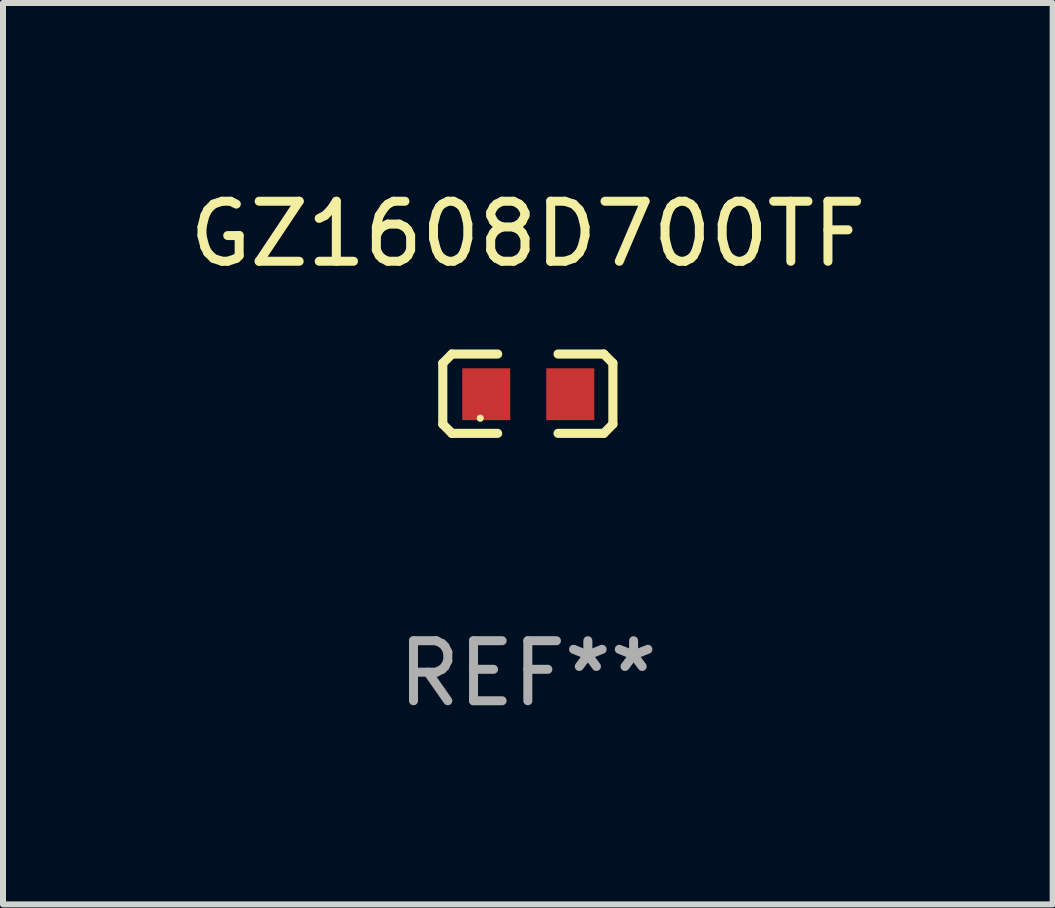
<source format=kicad_pcb>
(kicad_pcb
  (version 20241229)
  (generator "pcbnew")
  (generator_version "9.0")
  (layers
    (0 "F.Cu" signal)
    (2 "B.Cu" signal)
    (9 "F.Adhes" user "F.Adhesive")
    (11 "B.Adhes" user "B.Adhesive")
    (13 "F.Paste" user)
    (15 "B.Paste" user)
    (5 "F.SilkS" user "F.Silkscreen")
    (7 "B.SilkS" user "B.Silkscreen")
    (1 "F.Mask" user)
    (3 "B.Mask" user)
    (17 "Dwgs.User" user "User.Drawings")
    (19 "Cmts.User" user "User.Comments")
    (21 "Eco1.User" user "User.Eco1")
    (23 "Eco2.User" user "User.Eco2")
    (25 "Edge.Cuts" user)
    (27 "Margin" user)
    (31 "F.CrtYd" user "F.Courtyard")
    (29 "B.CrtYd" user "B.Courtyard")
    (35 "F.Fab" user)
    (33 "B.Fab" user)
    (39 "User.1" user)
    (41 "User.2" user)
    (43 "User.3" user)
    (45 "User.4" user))
  (footprint "GZ1608D700TF"
    (layer "F.Cu")
    (at 5.744 3.509)
    (property "Reference" "GZ1608D700TF" (at 0 -2.661 0) (layer "F.SilkS") (effects (font (size 1 1) (thickness 0.15))))
    (attr through_hole)
    (fp_line (start -1.417 -0.508) (end -1.265 -0.661) (stroke (width 0.152) (type solid)) (layer "F.SilkS"))
    (fp_line (start -1.417 0.508) (end -1.417 -0.508) (stroke (width 0.152) (type solid)) (layer "F.SilkS"))
    (fp_line (start -1.265 -0.661) (end -0.503 -0.661) (stroke (width 0.152) (type solid)) (layer "F.SilkS"))
    (fp_line (start -1.265 0.661) (end -1.417 0.508) (stroke (width 0.152) (type solid)) (layer "F.SilkS"))
    (fp_line (start -1.265 0.661) (end -0.503 0.661) (stroke (width 0.152) (type solid)) (layer "F.SilkS"))
    (fp_line (start 1.265 -0.661) (end 0.503 -0.661) (stroke (width 0.152) (type solid)) (layer "F.SilkS"))
    (fp_line (start 1.265 -0.661) (end 1.417 -0.508) (stroke (width 0.152) (type solid)) (layer "F.SilkS"))
    (fp_line (start 1.265 0.661) (end 0.503 0.661) (stroke (width 0.152) (type solid)) (layer "F.SilkS"))
    (fp_line (start 1.417 -0.508) (end 1.417 0.508) (stroke (width 0.152) (type solid)) (layer "F.SilkS"))
    (fp_line (start 1.417 0.508) (end 1.265 0.661) (stroke (width 0.152) (type solid)) (layer "F.SilkS"))
    (fp_circle (center -0.793 0.409) (end -0.763 0.409) (stroke (width 0.06) (type solid)) (fill no) (layer "F.SilkS"))
    (fp_text user "REF**" (at 0 4.661 0) (layer "F.Fab") (effects (font (size 1 1) (thickness 0.15))))
    (pad "1" smd rect (at -0.693 0.009 180) (size 0.8 0.864) (layers "F.Cu" "F.Mask" "F.Paste"))
    (pad "2" smd rect (at 0.707 0.009 180) (size 0.8 0.864) (layers "F.Cu" "F.Mask" "F.Paste")))
  (gr_rect
    (start -3 -3)
    (end 14.488 12.018)
    (stroke (width 0.1) (type default))
    (fill no)
    (layer "Edge.Cuts")))
</source>
